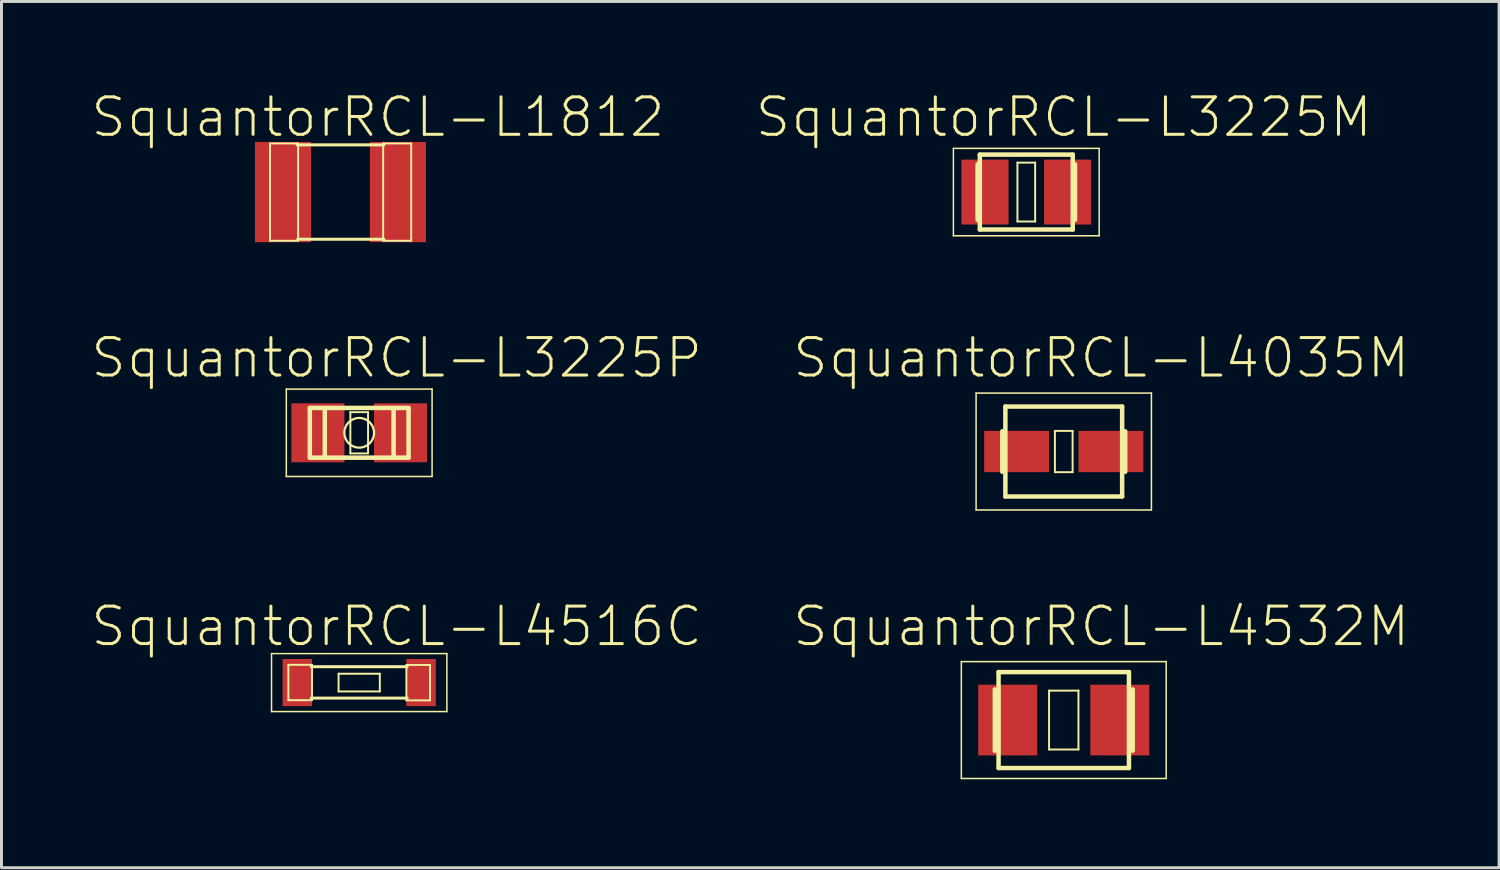
<source format=kicad_pcb>
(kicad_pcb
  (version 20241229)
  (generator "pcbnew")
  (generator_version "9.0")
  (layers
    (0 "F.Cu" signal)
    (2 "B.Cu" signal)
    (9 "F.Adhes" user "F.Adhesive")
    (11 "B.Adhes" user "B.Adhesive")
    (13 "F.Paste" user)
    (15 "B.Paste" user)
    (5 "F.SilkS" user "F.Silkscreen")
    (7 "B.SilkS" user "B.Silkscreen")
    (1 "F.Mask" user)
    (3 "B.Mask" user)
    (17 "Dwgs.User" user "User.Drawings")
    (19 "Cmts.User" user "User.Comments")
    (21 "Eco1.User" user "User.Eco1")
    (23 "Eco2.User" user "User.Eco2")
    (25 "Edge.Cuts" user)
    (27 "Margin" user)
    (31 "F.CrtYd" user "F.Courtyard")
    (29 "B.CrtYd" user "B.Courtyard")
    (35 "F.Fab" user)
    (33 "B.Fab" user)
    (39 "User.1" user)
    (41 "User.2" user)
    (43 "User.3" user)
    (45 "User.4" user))
  (footprint "SquantorRCL-L3225P"
    (layer "F.Cu")
    (at 9.127 11.622)
    (property "Reference" "SquantorRCL-L3225P" (at 1.27 -2.54 0) (layer "F.SilkS") (effects (font (size 1.27 1.27) (thickness 0.102))))
    (attr smd)
    (fp_line (start -2.471 -1.481) (end 2.471 -1.481) (stroke (width 0.051) (type solid)) (layer "F.SilkS"))
    (fp_line (start -2.471 1.481) (end -2.471 -1.481) (stroke (width 0.051) (type solid)) (layer "F.SilkS"))
    (fp_line (start -1.674 -0.843) (end 1.674 -0.843) (stroke (width 0.152) (type solid)) (layer "F.SilkS"))
    (fp_line (start -1.674 -0.836) (end -1.674 0.836) (stroke (width 0.152) (type solid)) (layer "F.SilkS"))
    (fp_line (start -1.166 -0.836) (end -1.166 0.836) (stroke (width 0.152) (type solid)) (layer "F.SilkS"))
    (fp_line (start -0.3 -0.699) (end 0.3 -0.699) (stroke (width 0.066) (type solid)) (layer "F.SilkS"))
    (fp_line (start -0.3 0.699) (end -0.3 -0.699) (stroke (width 0.066) (type solid)) (layer "F.SilkS"))
    (fp_line (start -0.3 0.699) (end 0.3 0.699) (stroke (width 0.066) (type solid)) (layer "F.SilkS"))
    (fp_line (start 0.3 0.699) (end 0.3 -0.699) (stroke (width 0.066) (type solid)) (layer "F.SilkS"))
    (fp_line (start 1.166 -0.836) (end 1.166 0.836) (stroke (width 0.152) (type solid)) (layer "F.SilkS"))
    (fp_line (start 1.674 -0.836) (end 1.674 0.836) (stroke (width 0.152) (type solid)) (layer "F.SilkS"))
    (fp_line (start 1.674 0.843) (end -1.674 0.843) (stroke (width 0.152) (type solid)) (layer "F.SilkS"))
    (fp_line (start 2.471 -1.481) (end 2.471 1.481) (stroke (width 0.051) (type solid)) (layer "F.SilkS"))
    (fp_line (start 2.471 1.481) (end -2.471 1.481) (stroke (width 0.051) (type solid)) (layer "F.SilkS"))
    (fp_circle (center 0 0) (end -0.356 0.356) (stroke (width 0.076) (type solid)) (fill no) (layer "F.SilkS"))
    (pad "1" smd rect (at -1.4 0) (size 1.798 1.999) (layers "F.Cu" "F.Mask" "F.Paste"))
    (pad "2" smd rect (at 1.4 0) (size 1.798 1.999) (layers "F.Cu" "F.Mask" "F.Paste")))
  (footprint "SquantorRCL-L3225M"
    (layer "F.Cu")
    (at 31.742 3.461)
    (property "Reference" "SquantorRCL-L3225M" (at 1.27 -2.54 0) (layer "F.SilkS") (effects (font (size 1.27 1.27) (thickness 0.102))))
    (attr smd)
    (fp_line (start -2.471 -1.481) (end 2.471 -1.481) (stroke (width 0.051) (type solid)) (layer "F.SilkS"))
    (fp_line (start -2.471 1.481) (end -2.471 -1.481) (stroke (width 0.051) (type solid)) (layer "F.SilkS"))
    (fp_line (start -1.651 -0.94) (end -1.651 0.94) (stroke (width 0.152) (type solid)) (layer "F.SilkS"))
    (fp_line (start -1.575 -1.27) (end 1.575 -1.27) (stroke (width 0.152) (type solid)) (layer "F.SilkS"))
    (fp_line (start -1.575 1.27) (end -1.575 -1.27) (stroke (width 0.152) (type solid)) (layer "F.SilkS"))
    (fp_line (start -0.3 -0.998) (end 0.3 -0.998) (stroke (width 0.066) (type solid)) (layer "F.SilkS"))
    (fp_line (start -0.3 0.998) (end -0.3 -0.998) (stroke (width 0.066) (type solid)) (layer "F.SilkS"))
    (fp_line (start -0.3 0.998) (end 0.3 0.998) (stroke (width 0.066) (type solid)) (layer "F.SilkS"))
    (fp_line (start 0.3 0.998) (end 0.3 -0.998) (stroke (width 0.066) (type solid)) (layer "F.SilkS"))
    (fp_line (start 1.575 -1.27) (end 1.575 1.27) (stroke (width 0.152) (type solid)) (layer "F.SilkS"))
    (fp_line (start 1.575 1.27) (end -1.575 1.27) (stroke (width 0.152) (type solid)) (layer "F.SilkS"))
    (fp_line (start 1.651 -0.94) (end 1.651 0.94) (stroke (width 0.152) (type solid)) (layer "F.SilkS"))
    (fp_line (start 2.471 -1.481) (end 2.471 1.481) (stroke (width 0.051) (type solid)) (layer "F.SilkS"))
    (fp_line (start 2.471 1.481) (end -2.471 1.481) (stroke (width 0.051) (type solid)) (layer "F.SilkS"))
    (pad "1" smd rect (at -1.4 0) (size 1.598 2.2) (layers "F.Cu" "F.Mask" "F.Paste"))
    (pad "2" smd rect (at 1.4 0) (size 1.598 2.2) (layers "F.Cu" "F.Mask" "F.Paste")))
  (footprint "SquantorRCL-L4532M"
    (layer "F.Cu")
    (at 33.012 21.36)
    (property "Reference" "SquantorRCL-L4532M" (at 1.27 -3.175 0) (layer "F.SilkS") (effects (font (size 1.27 1.27) (thickness 0.102))))
    (attr smd)
    (fp_line (start -3.472 -1.981) (end 3.472 -1.981) (stroke (width 0.051) (type solid)) (layer "F.SilkS"))
    (fp_line (start -3.472 1.981) (end -3.472 -1.981) (stroke (width 0.051) (type solid)) (layer "F.SilkS"))
    (fp_line (start -2.337 -1.039) (end -2.337 1.039) (stroke (width 0.152) (type solid)) (layer "F.SilkS"))
    (fp_line (start -2.21 -1.626) (end -2.21 1.626) (stroke (width 0.152) (type solid)) (layer "F.SilkS"))
    (fp_line (start -2.21 1.626) (end 2.21 1.626) (stroke (width 0.152) (type solid)) (layer "F.SilkS"))
    (fp_line (start -0.498 -0.998) (end 0.498 -0.998) (stroke (width 0.066) (type solid)) (layer "F.SilkS"))
    (fp_line (start -0.498 0.998) (end -0.498 -0.998) (stroke (width 0.066) (type solid)) (layer "F.SilkS"))
    (fp_line (start -0.498 0.998) (end 0.498 0.998) (stroke (width 0.066) (type solid)) (layer "F.SilkS"))
    (fp_line (start 0.498 0.998) (end 0.498 -0.998) (stroke (width 0.066) (type solid)) (layer "F.SilkS"))
    (fp_line (start 2.21 -1.626) (end -2.21 -1.626) (stroke (width 0.152) (type solid)) (layer "F.SilkS"))
    (fp_line (start 2.21 -1.626) (end 2.21 1.626) (stroke (width 0.152) (type solid)) (layer "F.SilkS"))
    (fp_line (start 2.337 -1.039) (end 2.337 1.039) (stroke (width 0.152) (type solid)) (layer "F.SilkS"))
    (fp_line (start 3.472 -1.981) (end 3.472 1.981) (stroke (width 0.051) (type solid)) (layer "F.SilkS"))
    (fp_line (start 3.472 1.981) (end -3.472 1.981) (stroke (width 0.051) (type solid)) (layer "F.SilkS"))
    (pad "1" smd rect (at -1.9 0) (size 1.999 2.398) (layers "F.Cu" "F.Mask" "F.Paste"))
    (pad "2" smd rect (at 1.9 0) (size 1.999 2.398) (layers "F.Cu" "F.Mask" "F.Paste")))
  (footprint "SquantorRCL-L1812"
    (layer "F.Cu")
    (at 8.492 3.461)
    (property "Reference" "SquantorRCL-L1812" (at 1.27 -2.54 0) (layer "F.SilkS") (effects (font (size 1.27 1.27) (thickness 0.102))))
    (attr smd)
    (fp_line (start -2.388 -1.648) (end -1.435 -1.648) (stroke (width 0.066) (type solid)) (layer "F.SilkS"))
    (fp_line (start -2.388 1.651) (end -2.388 -1.648) (stroke (width 0.066) (type solid)) (layer "F.SilkS"))
    (fp_line (start -2.388 1.651) (end -1.435 1.651) (stroke (width 0.066) (type solid)) (layer "F.SilkS"))
    (fp_line (start -1.473 -1.6) (end 1.473 -1.6) (stroke (width 0.102) (type solid)) (layer "F.SilkS"))
    (fp_line (start -1.448 1.6) (end 1.473 1.6) (stroke (width 0.102) (type solid)) (layer "F.SilkS"))
    (fp_line (start -1.435 1.651) (end -1.435 -1.648) (stroke (width 0.066) (type solid)) (layer "F.SilkS"))
    (fp_line (start 1.448 -1.648) (end 2.398 -1.648) (stroke (width 0.066) (type solid)) (layer "F.SilkS"))
    (fp_line (start 1.448 1.651) (end 1.448 -1.648) (stroke (width 0.066) (type solid)) (layer "F.SilkS"))
    (fp_line (start 1.448 1.651) (end 2.398 1.651) (stroke (width 0.066) (type solid)) (layer "F.SilkS"))
    (fp_line (start 2.398 1.651) (end 2.398 -1.648) (stroke (width 0.066) (type solid)) (layer "F.SilkS"))
    (pad "1" smd rect (at -1.948 0) (size 1.9 3.399) (layers "F.Cu" "F.Mask" "F.Paste"))
    (pad "2" smd rect (at 1.948 0) (size 1.9 3.399) (layers "F.Cu" "F.Mask" "F.Paste")))
  (footprint "SquantorRCL-L4035M"
    (layer "F.Cu")
    (at 33.012 12.257)
    (property "Reference" "SquantorRCL-L4035M" (at 1.27 -3.175 0) (layer "F.SilkS") (effects (font (size 1.27 1.27) (thickness 0.102))))
    (attr smd)
    (fp_line (start -2.972 -1.981) (end 2.972 -1.981) (stroke (width 0.051) (type solid)) (layer "F.SilkS"))
    (fp_line (start -2.972 1.981) (end -2.972 -1.981) (stroke (width 0.051) (type solid)) (layer "F.SilkS"))
    (fp_line (start -2.083 -0.686) (end -2.083 0.686) (stroke (width 0.152) (type solid)) (layer "F.SilkS"))
    (fp_line (start -1.979 -1.524) (end -1.979 1.524) (stroke (width 0.152) (type solid)) (layer "F.SilkS"))
    (fp_line (start -1.979 1.524) (end 1.979 1.524) (stroke (width 0.152) (type solid)) (layer "F.SilkS"))
    (fp_line (start -0.3 -0.699) (end 0.3 -0.699) (stroke (width 0.066) (type solid)) (layer "F.SilkS"))
    (fp_line (start -0.3 0.699) (end -0.3 -0.699) (stroke (width 0.066) (type solid)) (layer "F.SilkS"))
    (fp_line (start -0.3 0.699) (end 0.3 0.699) (stroke (width 0.066) (type solid)) (layer "F.SilkS"))
    (fp_line (start 0.3 0.699) (end 0.3 -0.699) (stroke (width 0.066) (type solid)) (layer "F.SilkS"))
    (fp_line (start 1.979 -1.524) (end -1.979 -1.524) (stroke (width 0.152) (type solid)) (layer "F.SilkS"))
    (fp_line (start 1.979 1.524) (end 1.979 -1.524) (stroke (width 0.152) (type solid)) (layer "F.SilkS"))
    (fp_line (start 2.083 -0.686) (end 2.083 0.686) (stroke (width 0.152) (type solid)) (layer "F.SilkS"))
    (fp_line (start 2.972 -1.981) (end 2.972 1.981) (stroke (width 0.051) (type solid)) (layer "F.SilkS"))
    (fp_line (start 2.972 1.981) (end -2.972 1.981) (stroke (width 0.051) (type solid)) (layer "F.SilkS"))
    (pad "1" smd rect (at -1.598 0) (size 2.2 1.4) (layers "F.Cu" "F.Mask" "F.Paste"))
    (pad "2" smd rect (at 1.598 0) (size 2.2 1.4) (layers "F.Cu" "F.Mask" "F.Paste")))
  (footprint "SquantorRCL-L4516C"
    (layer "F.Cu")
    (at 9.127 20.09)
    (property "Reference" "SquantorRCL-L4516C" (at 1.27 -1.905 0) (layer "F.SilkS") (effects (font (size 1.27 1.27) (thickness 0.102))))
    (attr smd)
    (fp_line (start -2.972 -0.983) (end 2.972 -0.983) (stroke (width 0.051) (type solid)) (layer "F.SilkS"))
    (fp_line (start -2.972 0.983) (end -2.972 -0.983) (stroke (width 0.051) (type solid)) (layer "F.SilkS"))
    (fp_line (start -2.4 -0.602) (end -1.6 -0.602) (stroke (width 0.066) (type solid)) (layer "F.SilkS"))
    (fp_line (start -2.4 0.597) (end -2.4 -0.602) (stroke (width 0.066) (type solid)) (layer "F.SilkS"))
    (fp_line (start -2.4 0.597) (end -1.6 0.597) (stroke (width 0.066) (type solid)) (layer "F.SilkS"))
    (fp_line (start -1.626 -0.538) (end 1.626 -0.538) (stroke (width 0.102) (type solid)) (layer "F.SilkS"))
    (fp_line (start -1.626 0.526) (end 1.626 0.526) (stroke (width 0.102) (type solid)) (layer "F.SilkS"))
    (fp_line (start -1.6 0.597) (end -1.6 -0.602) (stroke (width 0.066) (type solid)) (layer "F.SilkS"))
    (fp_line (start -0.699 -0.3) (end 0.699 -0.3) (stroke (width 0.066) (type solid)) (layer "F.SilkS"))
    (fp_line (start -0.699 0.3) (end -0.699 -0.3) (stroke (width 0.066) (type solid)) (layer "F.SilkS"))
    (fp_line (start -0.699 0.3) (end 0.699 0.3) (stroke (width 0.066) (type solid)) (layer "F.SilkS"))
    (fp_line (start 0.699 0.3) (end 0.699 -0.3) (stroke (width 0.066) (type solid)) (layer "F.SilkS"))
    (fp_line (start 1.6 -0.597) (end 2.4 -0.597) (stroke (width 0.066) (type solid)) (layer "F.SilkS"))
    (fp_line (start 1.6 0.602) (end 1.6 -0.597) (stroke (width 0.066) (type solid)) (layer "F.SilkS"))
    (fp_line (start 1.6 0.602) (end 2.4 0.602) (stroke (width 0.066) (type solid)) (layer "F.SilkS"))
    (fp_line (start 2.4 0.602) (end 2.4 -0.597) (stroke (width 0.066) (type solid)) (layer "F.SilkS"))
    (fp_line (start 2.972 -0.983) (end 2.972 0.983) (stroke (width 0.051) (type solid)) (layer "F.SilkS"))
    (fp_line (start 2.972 0.983) (end -2.972 0.983) (stroke (width 0.051) (type solid)) (layer "F.SilkS"))
    (pad "1" smd rect (at -2.098 0) (size 0.998 1.598) (layers "F.Cu" "F.Mask" "F.Paste"))
    (pad "2" smd rect (at 2.098 0) (size 0.998 1.598) (layers "F.Cu" "F.Mask" "F.Paste")))
  (gr_rect
    (start -3 -3)
    (end 47.77 26.366)
    (stroke (width 0.1) (type default))
    (fill no)
    (layer "Edge.Cuts")))
</source>
